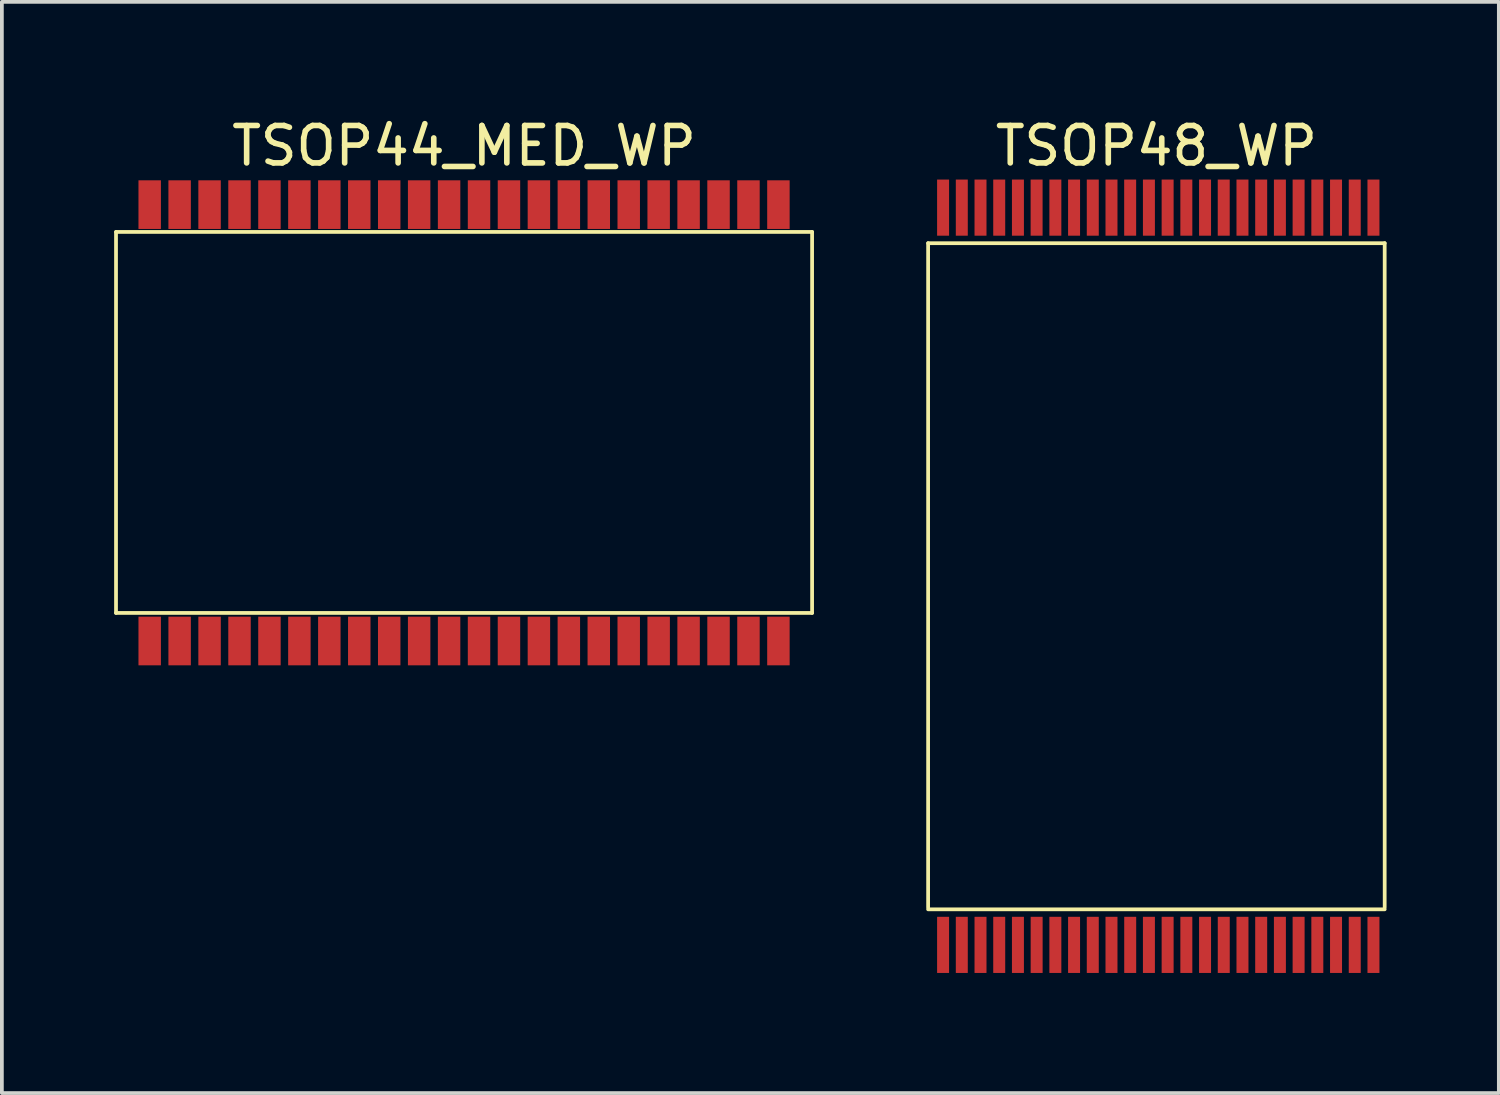
<source format=kicad_pcb>
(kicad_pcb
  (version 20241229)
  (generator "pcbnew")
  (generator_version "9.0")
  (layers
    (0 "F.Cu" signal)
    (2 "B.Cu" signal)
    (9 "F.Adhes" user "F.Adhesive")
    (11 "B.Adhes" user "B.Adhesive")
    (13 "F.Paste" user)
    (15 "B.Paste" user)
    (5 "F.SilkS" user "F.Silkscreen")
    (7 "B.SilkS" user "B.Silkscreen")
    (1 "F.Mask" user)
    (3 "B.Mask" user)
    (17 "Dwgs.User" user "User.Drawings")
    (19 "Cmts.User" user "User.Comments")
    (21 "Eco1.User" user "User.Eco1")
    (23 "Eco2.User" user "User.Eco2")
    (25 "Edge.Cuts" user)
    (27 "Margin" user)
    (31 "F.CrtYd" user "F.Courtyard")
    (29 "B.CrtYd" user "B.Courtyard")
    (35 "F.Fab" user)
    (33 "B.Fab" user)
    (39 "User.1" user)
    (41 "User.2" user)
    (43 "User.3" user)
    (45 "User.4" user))
  (footprint "TSOP48_WP"
    (layer "F.Cu")
    (at 23.15 12.348)
    (property "Reference" "TSOP48_WP" (at 4.7 -11.5 0) (layer "F.SilkS") (effects (font (size 1 1) (thickness 0.15))))
    (fp_line (start -1.4 -8.9) (end 10.8 -8.9) (stroke (width 0.1) (type solid)) (layer "F.SilkS"))
    (fp_line (start -1.4 8.85) (end -1.4 -8.9) (stroke (width 0.1) (type solid)) (layer "F.SilkS"))
    (fp_line (start -1.4 8.9) (end 10.8 8.9) (stroke (width 0.1) (type solid)) (layer "F.SilkS"))
    (fp_line (start 10.8 8.85) (end 10.8 -8.9) (stroke (width 0.1) (type solid)) (layer "F.SilkS"))
    (fp_rect (start -1.17 -9.99) (end -0.83 -10.8) (stroke (width 0) (type default)) (fill yes) (layer "F.Paste"))
    (fp_rect (start -1.17 10.81) (end -0.83 10) (stroke (width 0) (type default)) (fill yes) (layer "F.Paste"))
    (fp_rect (start -0.67 -9.99) (end -0.33 -10.8) (stroke (width 0) (type default)) (fill yes) (layer "F.Paste"))
    (fp_rect (start -0.67 10.81) (end -0.33 10) (stroke (width 0) (type default)) (fill yes) (layer "F.Paste"))
    (fp_rect (start -0.17 -9.99) (end 0.17 -10.8) (stroke (width 0) (type default)) (fill yes) (layer "F.Paste"))
    (fp_rect (start -0.17 10.81) (end 0.17 10) (stroke (width 0) (type default)) (fill yes) (layer "F.Paste"))
    (fp_rect (start 0.33 -9.99) (end 0.67 -10.8) (stroke (width 0) (type default)) (fill yes) (layer "F.Paste"))
    (fp_rect (start 0.33 10.81) (end 0.67 10) (stroke (width 0) (type default)) (fill yes) (layer "F.Paste"))
    (fp_rect (start 0.83 -9.99) (end 1.17 -10.8) (stroke (width 0) (type default)) (fill yes) (layer "F.Paste"))
    (fp_rect (start 0.83 10.81) (end 1.17 10) (stroke (width 0) (type default)) (fill yes) (layer "F.Paste"))
    (fp_rect (start 1.33 -9.99) (end 1.67 -10.8) (stroke (width 0) (type default)) (fill yes) (layer "F.Paste"))
    (fp_rect (start 1.33 10.81) (end 1.67 10) (stroke (width 0) (type default)) (fill yes) (layer "F.Paste"))
    (fp_rect (start 1.83 -9.99) (end 2.17 -10.8) (stroke (width 0) (type default)) (fill yes) (layer "F.Paste"))
    (fp_rect (start 1.83 10.81) (end 2.17 10) (stroke (width 0) (type default)) (fill yes) (layer "F.Paste"))
    (fp_rect (start 2.33 -9.99) (end 2.67 -10.8) (stroke (width 0) (type default)) (fill yes) (layer "F.Paste"))
    (fp_rect (start 2.33 10.81) (end 2.67 10) (stroke (width 0) (type default)) (fill yes) (layer "F.Paste"))
    (fp_rect (start 2.83 -9.99) (end 3.17 -10.8) (stroke (width 0) (type default)) (fill yes) (layer "F.Paste"))
    (fp_rect (start 2.83 10.81) (end 3.17 10) (stroke (width 0) (type default)) (fill yes) (layer "F.Paste"))
    (fp_rect (start 3.33 -9.99) (end 3.67 -10.8) (stroke (width 0) (type default)) (fill yes) (layer "F.Paste"))
    (fp_rect (start 3.33 10.81) (end 3.67 10) (stroke (width 0) (type default)) (fill yes) (layer "F.Paste"))
    (fp_rect (start 3.83 -9.99) (end 4.17 -10.8) (stroke (width 0) (type default)) (fill yes) (layer "F.Paste"))
    (fp_rect (start 3.83 10.81) (end 4.17 10) (stroke (width 0) (type default)) (fill yes) (layer "F.Paste"))
    (fp_rect (start 4.33 -9.99) (end 4.67 -10.8) (stroke (width 0) (type default)) (fill yes) (layer "F.Paste"))
    (fp_rect (start 4.33 10.81) (end 4.67 10) (stroke (width 0) (type default)) (fill yes) (layer "F.Paste"))
    (fp_rect (start 4.83 -9.99) (end 5.17 -10.8) (stroke (width 0) (type default)) (fill yes) (layer "F.Paste"))
    (fp_rect (start 4.83 10.81) (end 5.17 10) (stroke (width 0) (type default)) (fill yes) (layer "F.Paste"))
    (fp_rect (start 5.33 -9.99) (end 5.67 -10.8) (stroke (width 0) (type default)) (fill yes) (layer "F.Paste"))
    (fp_rect (start 5.33 10.81) (end 5.67 10) (stroke (width 0) (type default)) (fill yes) (layer "F.Paste"))
    (fp_rect (start 5.83 -9.99) (end 6.17 -10.8) (stroke (width 0) (type default)) (fill yes) (layer "F.Paste"))
    (fp_rect (start 5.83 10.81) (end 6.17 10) (stroke (width 0) (type default)) (fill yes) (layer "F.Paste"))
    (fp_rect (start 6.33 -9.99) (end 6.67 -10.8) (stroke (width 0) (type default)) (fill yes) (layer "F.Paste"))
    (fp_rect (start 6.33 10.81) (end 6.67 10) (stroke (width 0) (type default)) (fill yes) (layer "F.Paste"))
    (fp_rect (start 6.83 -9.99) (end 7.17 -10.8) (stroke (width 0) (type default)) (fill yes) (layer "F.Paste"))
    (fp_rect (start 6.83 10.81) (end 7.17 10) (stroke (width 0) (type default)) (fill yes) (layer "F.Paste"))
    (fp_rect (start 7.33 -9.99) (end 7.67 -10.8) (stroke (width 0) (type default)) (fill yes) (layer "F.Paste"))
    (fp_rect (start 7.33 10.81) (end 7.67 10) (stroke (width 0) (type default)) (fill yes) (layer "F.Paste"))
    (fp_rect (start 7.83 -9.99) (end 8.17 -10.8) (stroke (width 0) (type default)) (fill yes) (layer "F.Paste"))
    (fp_rect (start 7.83 10.81) (end 8.17 10) (stroke (width 0) (type default)) (fill yes) (layer "F.Paste"))
    (fp_rect (start 8.33 -9.99) (end 8.67 -10.8) (stroke (width 0) (type default)) (fill yes) (layer "F.Paste"))
    (fp_rect (start 8.33 10.81) (end 8.67 10) (stroke (width 0) (type default)) (fill yes) (layer "F.Paste"))
    (fp_rect (start 8.83 -9.99) (end 9.17 -10.8) (stroke (width 0) (type default)) (fill yes) (layer "F.Paste"))
    (fp_rect (start 8.83 10.81) (end 9.17 10) (stroke (width 0) (type default)) (fill yes) (layer "F.Paste"))
    (fp_rect (start 9.33 -9.99) (end 9.67 -10.8) (stroke (width 0) (type default)) (fill yes) (layer "F.Paste"))
    (fp_rect (start 9.33 10.81) (end 9.67 10) (stroke (width 0) (type default)) (fill yes) (layer "F.Paste"))
    (fp_rect (start 9.83 -9.99) (end 10.17 -10.8) (stroke (width 0) (type default)) (fill yes) (layer "F.Paste"))
    (fp_rect (start 9.83 10.81) (end 10.17 10) (stroke (width 0) (type default)) (fill yes) (layer "F.Paste"))
    (fp_rect (start 10.33 -9.99) (end 10.67 -10.8) (stroke (width 0) (type default)) (fill yes) (layer "F.Paste"))
    (fp_rect (start 10.33 10.81) (end 10.67 10) (stroke (width 0) (type default)) (fill yes) (layer "F.Paste"))
    (pad "1" smd rect (at -1 9.85) (size 0.32 1.5) (layers "F.Cu" "F.Mask" "F.Paste"))
    (pad "2" smd rect (at -0.5 9.85) (size 0.32 1.5) (layers "F.Cu" "F.Mask" "F.Paste"))
    (pad "3" smd rect (at 0 9.85) (size 0.32 1.5) (layers "F.Cu" "F.Mask" "F.Paste"))
    (pad "4" smd rect (at 0.5 9.85) (size 0.32 1.5) (layers "F.Cu" "F.Mask" "F.Paste"))
    (pad "5" smd rect (at 1 9.85) (size 0.32 1.5) (layers "F.Cu" "F.Mask" "F.Paste"))
    (pad "6" smd rect (at 1.5 9.85) (size 0.32 1.5) (layers "F.Cu" "F.Mask" "F.Paste"))
    (pad "7" smd rect (at 2 9.85) (size 0.32 1.5) (layers "F.Cu" "F.Mask" "F.Paste"))
    (pad "8" smd rect (at 2.5 9.85) (size 0.32 1.5) (layers "F.Cu" "F.Mask" "F.Paste"))
    (pad "9" smd rect (at 3 9.85) (size 0.32 1.5) (layers "F.Cu" "F.Mask" "F.Paste"))
    (pad "10" smd rect (at 3.5 9.85) (size 0.32 1.5) (layers "F.Cu" "F.Mask" "F.Paste"))
    (pad "11" smd rect (at 4 9.85) (size 0.32 1.5) (layers "F.Cu" "F.Mask" "F.Paste"))
    (pad "12" smd rect (at 4.5 9.85) (size 0.32 1.5) (layers "F.Cu" "F.Mask" "F.Paste"))
    (pad "13" smd rect (at 5 9.85) (size 0.32 1.5) (layers "F.Cu" "F.Mask" "F.Paste"))
    (pad "14" smd rect (at 5.5 9.85) (size 0.32 1.5) (layers "F.Cu" "F.Mask" "F.Paste"))
    (pad "15" smd rect (at 6 9.85) (size 0.32 1.5) (layers "F.Cu" "F.Mask" "F.Paste"))
    (pad "16" smd rect (at 6.5 9.85) (size 0.32 1.5) (layers "F.Cu" "F.Mask" "F.Paste"))
    (pad "17" smd rect (at 7 9.85) (size 0.32 1.5) (layers "F.Cu" "F.Mask" "F.Paste"))
    (pad "18" smd rect (at 7.5 9.85) (size 0.32 1.5) (layers "F.Cu" "F.Mask" "F.Paste"))
    (pad "19" smd rect (at 8 9.85) (size 0.32 1.5) (layers "F.Cu" "F.Mask" "F.Paste"))
    (pad "20" smd rect (at 8.5 9.85) (size 0.32 1.5) (layers "F.Cu" "F.Mask" "F.Paste"))
    (pad "21" smd rect (at 9 9.85) (size 0.32 1.5) (layers "F.Cu" "F.Mask" "F.Paste"))
    (pad "22" smd rect (at 9.5 9.85) (size 0.32 1.5) (layers "F.Cu" "F.Mask" "F.Paste"))
    (pad "23" smd rect (at 10 9.85) (size 0.32 1.5) (layers "F.Cu" "F.Mask" "F.Paste"))
    (pad "24" smd rect (at 10.5 9.85) (size 0.32 1.5) (layers "F.Cu" "F.Mask" "F.Paste"))
    (pad "25" smd rect (at 10.5 -9.85) (size 0.32 1.5) (layers "F.Cu" "F.Mask" "F.Paste"))
    (pad "26" smd rect (at 10 -9.85) (size 0.32 1.5) (layers "F.Cu" "F.Mask" "F.Paste"))
    (pad "27" smd rect (at 9.5 -9.85) (size 0.32 1.5) (layers "F.Cu" "F.Mask" "F.Paste"))
    (pad "28" smd rect (at 9 -9.85) (size 0.32 1.5) (layers "F.Cu" "F.Mask" "F.Paste"))
    (pad "29" smd rect (at 8.5 -9.85) (size 0.32 1.5) (layers "F.Cu" "F.Mask" "F.Paste"))
    (pad "30" smd rect (at 8 -9.85) (size 0.32 1.5) (layers "F.Cu" "F.Mask" "F.Paste"))
    (pad "31" smd rect (at 7.5 -9.85) (size 0.32 1.5) (layers "F.Cu" "F.Mask" "F.Paste"))
    (pad "32" smd rect (at 7 -9.85) (size 0.32 1.5) (layers "F.Cu" "F.Mask" "F.Paste"))
    (pad "33" smd rect (at 6.499 -9.85) (size 0.32 1.5) (layers "F.Cu" "F.Mask" "F.Paste"))
    (pad "34" smd rect (at 6 -9.85) (size 0.32 1.5) (layers "F.Cu" "F.Mask" "F.Paste"))
    (pad "35" smd rect (at 5.5 -9.85) (size 0.32 1.5) (layers "F.Cu" "F.Mask" "F.Paste"))
    (pad "36" smd rect (at 5 -9.85) (size 0.32 1.5) (layers "F.Cu" "F.Mask" "F.Paste"))
    (pad "37" smd rect (at 4.5 -9.85) (size 0.32 1.5) (layers "F.Cu" "F.Mask" "F.Paste"))
    (pad "38" smd rect (at 3.999 -9.85) (size 0.32 1.5) (layers "F.Cu" "F.Mask" "F.Paste"))
    (pad "39" smd rect (at 3.5 -9.85) (size 0.32 1.5) (layers "F.Cu" "F.Mask" "F.Paste"))
    (pad "40" smd rect (at 3 -9.85) (size 0.32 1.5) (layers "F.Cu" "F.Mask" "F.Paste"))
    (pad "41" smd rect (at 2.5 -9.85) (size 0.32 1.5) (layers "F.Cu" "F.Mask" "F.Paste"))
    (pad "42" smd rect (at 2 -9.85) (size 0.32 1.5) (layers "F.Cu" "F.Mask" "F.Paste"))
    (pad "43" smd rect (at 1.499 -9.85) (size 0.32 1.5) (layers "F.Cu" "F.Mask" "F.Paste"))
    (pad "44" smd rect (at 1 -9.85) (size 0.32 1.5) (layers "F.Cu" "F.Mask" "F.Paste"))
    (pad "45" smd rect (at 0.5 -9.85) (size 0.32 1.5) (layers "F.Cu" "F.Mask" "F.Paste"))
    (pad "46" smd rect (at 0 -9.85) (size 0.32 1.5) (layers "F.Cu" "F.Mask" "F.Paste"))
    (pad "47" smd rect (at -0.5 -9.85) (size 0.32 1.5) (layers "F.Cu" "F.Mask" "F.Paste"))
    (pad "48" smd rect (at -1 -9.85) (size 0.32 1.5) (layers "F.Cu" "F.Mask" "F.Paste")))
  (footprint "TSOP44_MED_WP"
    (layer "F.Cu")
    (at 0.95 8.248)
    (property "Reference" "TSOP44_MED_WP" (at 8.4 -7.4 0) (layer "F.SilkS") (effects (font (size 1 1) (thickness 0.15))))
    (fp_line (start -0.9 -5.1) (end 17.7 -5.1) (stroke (width 0.1) (type solid)) (layer "F.SilkS"))
    (fp_line (start -0.9 5.08) (end -0.9 -5.1) (stroke (width 0.1) (type solid)) (layer "F.SilkS"))
    (fp_line (start -0.9 5.08) (end 17.7 5.08) (stroke (width 0.1) (type solid)) (layer "F.SilkS"))
    (fp_line (start 17.7 5.08) (end 17.7 -5.1) (stroke (width 0.1) (type solid)) (layer "F.SilkS"))
    (fp_rect (start -0.3 -5.92) (end 0.3 -6.7) (stroke (width 0) (type default)) (fill yes) (layer "F.Paste"))
    (fp_rect (start -0.3 6.68) (end 0.3 5.9) (stroke (width 0) (type default)) (fill yes) (layer "F.Paste"))
    (fp_rect (start 0.5 -5.92) (end 1.1 -6.7) (stroke (width 0) (type default)) (fill yes) (layer "F.Paste"))
    (fp_rect (start 0.5 6.68) (end 1.1 5.9) (stroke (width 0) (type default)) (fill yes) (layer "F.Paste"))
    (fp_rect (start 1.3 -5.92) (end 1.9 -6.7) (stroke (width 0) (type default)) (fill yes) (layer "F.Paste"))
    (fp_rect (start 1.3 6.68) (end 1.9 5.9) (stroke (width 0) (type default)) (fill yes) (layer "F.Paste"))
    (fp_rect (start 2.1 -5.92) (end 2.7 -6.7) (stroke (width 0) (type default)) (fill yes) (layer "F.Paste"))
    (fp_rect (start 2.1 6.68) (end 2.7 5.9) (stroke (width 0) (type default)) (fill yes) (layer "F.Paste"))
    (fp_rect (start 2.9 -5.92) (end 3.5 -6.7) (stroke (width 0) (type default)) (fill yes) (layer "F.Paste"))
    (fp_rect (start 2.9 6.68) (end 3.5 5.9) (stroke (width 0) (type default)) (fill yes) (layer "F.Paste"))
    (fp_rect (start 3.7 -5.92) (end 4.3 -6.7) (stroke (width 0) (type default)) (fill yes) (layer "F.Paste"))
    (fp_rect (start 3.7 6.68) (end 4.3 5.9) (stroke (width 0) (type default)) (fill yes) (layer "F.Paste"))
    (fp_rect (start 4.5 -5.92) (end 5.1 -6.7) (stroke (width 0) (type default)) (fill yes) (layer "F.Paste"))
    (fp_rect (start 4.5 6.68) (end 5.1 5.9) (stroke (width 0) (type default)) (fill yes) (layer "F.Paste"))
    (fp_rect (start 5.3 -5.92) (end 5.9 -6.7) (stroke (width 0) (type default)) (fill yes) (layer "F.Paste"))
    (fp_rect (start 5.3 6.68) (end 5.9 5.9) (stroke (width 0) (type default)) (fill yes) (layer "F.Paste"))
    (fp_rect (start 6.1 -5.92) (end 6.7 -6.7) (stroke (width 0) (type default)) (fill yes) (layer "F.Paste"))
    (fp_rect (start 6.1 6.68) (end 6.7 5.9) (stroke (width 0) (type default)) (fill yes) (layer "F.Paste"))
    (fp_rect (start 6.9 -5.92) (end 7.5 -6.7) (stroke (width 0) (type default)) (fill yes) (layer "F.Paste"))
    (fp_rect (start 6.9 6.68) (end 7.5 5.9) (stroke (width 0) (type default)) (fill yes) (layer "F.Paste"))
    (fp_rect (start 7.7 -5.92) (end 8.3 -6.7) (stroke (width 0) (type default)) (fill yes) (layer "F.Paste"))
    (fp_rect (start 7.7 6.68) (end 8.3 5.9) (stroke (width 0) (type default)) (fill yes) (layer "F.Paste"))
    (fp_rect (start 8.5 -5.92) (end 9.1 -6.7) (stroke (width 0) (type default)) (fill yes) (layer "F.Paste"))
    (fp_rect (start 8.5 6.68) (end 9.1 5.9) (stroke (width 0) (type default)) (fill yes) (layer "F.Paste"))
    (fp_rect (start 9.3 -5.92) (end 9.9 -6.7) (stroke (width 0) (type default)) (fill yes) (layer "F.Paste"))
    (fp_rect (start 9.3 6.68) (end 9.9 5.9) (stroke (width 0) (type default)) (fill yes) (layer "F.Paste"))
    (fp_rect (start 10.1 -5.92) (end 10.7 -6.7) (stroke (width 0) (type default)) (fill yes) (layer "F.Paste"))
    (fp_rect (start 10.1 6.68) (end 10.7 5.9) (stroke (width 0) (type default)) (fill yes) (layer "F.Paste"))
    (fp_rect (start 10.9 -5.92) (end 11.5 -6.7) (stroke (width 0) (type default)) (fill yes) (layer "F.Paste"))
    (fp_rect (start 10.9 6.68) (end 11.5 5.9) (stroke (width 0) (type default)) (fill yes) (layer "F.Paste"))
    (fp_rect (start 11.7 -5.92) (end 12.3 -6.7) (stroke (width 0) (type default)) (fill yes) (layer "F.Paste"))
    (fp_rect (start 11.7 6.68) (end 12.3 5.9) (stroke (width 0) (type default)) (fill yes) (layer "F.Paste"))
    (fp_rect (start 12.5 -5.92) (end 13.1 -6.7) (stroke (width 0) (type default)) (fill yes) (layer "F.Paste"))
    (fp_rect (start 12.5 6.68) (end 13.1 5.9) (stroke (width 0) (type default)) (fill yes) (layer "F.Paste"))
    (fp_rect (start 13.3 -5.92) (end 13.9 -6.7) (stroke (width 0) (type default)) (fill yes) (layer "F.Paste"))
    (fp_rect (start 13.3 6.68) (end 13.9 5.9) (stroke (width 0) (type default)) (fill yes) (layer "F.Paste"))
    (fp_rect (start 14.1 -5.92) (end 14.7 -6.7) (stroke (width 0) (type default)) (fill yes) (layer "F.Paste"))
    (fp_rect (start 14.1 6.68) (end 14.7 5.9) (stroke (width 0) (type default)) (fill yes) (layer "F.Paste"))
    (fp_rect (start 14.9 -5.92) (end 15.5 -6.7) (stroke (width 0) (type default)) (fill yes) (layer "F.Paste"))
    (fp_rect (start 14.9 6.68) (end 15.5 5.9) (stroke (width 0) (type default)) (fill yes) (layer "F.Paste"))
    (fp_rect (start 15.7 -5.92) (end 16.3 -6.7) (stroke (width 0) (type default)) (fill yes) (layer "F.Paste"))
    (fp_rect (start 15.7 6.68) (end 16.3 5.9) (stroke (width 0) (type default)) (fill yes) (layer "F.Paste"))
    (fp_rect (start 16.5 -5.92) (end 17.1 -6.7) (stroke (width 0) (type default)) (fill yes) (layer "F.Paste"))
    (fp_rect (start 16.5 6.68) (end 17.1 5.9) (stroke (width 0) (type default)) (fill yes) (layer "F.Paste"))
    (pad "1" smd rect (at 0 5.83) (size 0.6 1.3) (layers "F.Cu" "F.Mask" "F.Paste"))
    (pad "2" smd rect (at 0.8 5.83) (size 0.6 1.3) (layers "F.Cu" "F.Mask" "F.Paste"))
    (pad "3" smd rect (at 1.6 5.83) (size 0.6 1.3) (layers "F.Cu" "F.Mask" "F.Paste"))
    (pad "4" smd rect (at 2.4 5.83) (size 0.6 1.3) (layers "F.Cu" "F.Mask" "F.Paste"))
    (pad "5" smd rect (at 3.2 5.83) (size 0.6 1.3) (layers "F.Cu" "F.Mask" "F.Paste"))
    (pad "6" smd rect (at 4 5.83) (size 0.6 1.3) (layers "F.Cu" "F.Mask" "F.Paste"))
    (pad "7" smd rect (at 4.8 5.83) (size 0.6 1.3) (layers "F.Cu" "F.Mask" "F.Paste"))
    (pad "8" smd rect (at 5.6 5.83) (size 0.6 1.3) (layers "F.Cu" "F.Mask" "F.Paste"))
    (pad "9" smd rect (at 6.4 5.83) (size 0.6 1.3) (layers "F.Cu" "F.Mask" "F.Paste"))
    (pad "10" smd rect (at 7.2 5.83) (size 0.6 1.3) (layers "F.Cu" "F.Mask" "F.Paste"))
    (pad "11" smd rect (at 8 5.83) (size 0.6 1.3) (layers "F.Cu" "F.Mask" "F.Paste"))
    (pad "12" smd rect (at 8.8 5.83) (size 0.6 1.3) (layers "F.Cu" "F.Mask" "F.Paste"))
    (pad "13" smd rect (at 9.6 5.83) (size 0.6 1.3) (layers "F.Cu" "F.Mask" "F.Paste"))
    (pad "14" smd rect (at 10.4 5.83) (size 0.6 1.3) (layers "F.Cu" "F.Mask" "F.Paste"))
    (pad "15" smd rect (at 11.2 5.83) (size 0.6 1.3) (layers "F.Cu" "F.Mask" "F.Paste"))
    (pad "16" smd rect (at 12 5.83) (size 0.6 1.3) (layers "F.Cu" "F.Mask" "F.Paste"))
    (pad "17" smd rect (at 12.8 5.83) (size 0.6 1.3) (layers "F.Cu" "F.Mask" "F.Paste"))
    (pad "18" smd rect (at 13.6 5.83) (size 0.6 1.3) (layers "F.Cu" "F.Mask" "F.Paste"))
    (pad "19" smd rect (at 14.4 5.83) (size 0.6 1.3) (layers "F.Cu" "F.Mask" "F.Paste"))
    (pad "20" smd rect (at 15.2 5.83) (size 0.6 1.3) (layers "F.Cu" "F.Mask" "F.Paste"))
    (pad "21" smd rect (at 16 5.83) (size 0.6 1.3) (layers "F.Cu" "F.Mask" "F.Paste"))
    (pad "22" smd rect (at 16.8 5.83) (size 0.6 1.3) (layers "F.Cu" "F.Mask" "F.Paste"))
    (pad "23" smd rect (at 16.8 -5.83) (size 0.6 1.3) (layers "F.Cu" "F.Mask" "F.Paste"))
    (pad "24" smd rect (at 16 -5.83) (size 0.6 1.3) (layers "F.Cu" "F.Mask" "F.Paste"))
    (pad "25" smd rect (at 15.2 -5.83) (size 0.6 1.3) (layers "F.Cu" "F.Mask" "F.Paste"))
    (pad "26" smd rect (at 14.4 -5.83) (size 0.6 1.3) (layers "F.Cu" "F.Mask" "F.Paste"))
    (pad "27" smd rect (at 13.6 -5.83) (size 0.6 1.3) (layers "F.Cu" "F.Mask" "F.Paste"))
    (pad "28" smd rect (at 12.8 -5.83) (size 0.6 1.3) (layers "F.Cu" "F.Mask" "F.Paste"))
    (pad "29" smd rect (at 12 -5.83) (size 0.6 1.3) (layers "F.Cu" "F.Mask" "F.Paste"))
    (pad "30" smd rect (at 11.2 -5.83) (size 0.6 1.3) (layers "F.Cu" "F.Mask" "F.Paste"))
    (pad "31" smd rect (at 10.4 -5.83) (size 0.6 1.3) (layers "F.Cu" "F.Mask" "F.Paste"))
    (pad "32" smd rect (at 9.6 -5.83) (size 0.6 1.3) (layers "F.Cu" "F.Mask" "F.Paste"))
    (pad "33" smd rect (at 8.8 -5.83) (size 0.6 1.3) (layers "F.Cu" "F.Mask" "F.Paste"))
    (pad "34" smd rect (at 8 -5.83) (size 0.6 1.3) (layers "F.Cu" "F.Mask" "F.Paste"))
    (pad "35" smd rect (at 7.2 -5.83) (size 0.6 1.3) (layers "F.Cu" "F.Mask" "F.Paste"))
    (pad "36" smd rect (at 6.4 -5.83) (size 0.6 1.3) (layers "F.Cu" "F.Mask" "F.Paste"))
    (pad "37" smd rect (at 5.6 -5.83) (size 0.6 1.3) (layers "F.Cu" "F.Mask" "F.Paste"))
    (pad "38" smd rect (at 4.8 -5.83) (size 0.6 1.3) (layers "F.Cu" "F.Mask" "F.Paste"))
    (pad "39" smd rect (at 4 -5.83) (size 0.6 1.3) (layers "F.Cu" "F.Mask" "F.Paste"))
    (pad "40" smd rect (at 3.2 -5.83) (size 0.6 1.3) (layers "F.Cu" "F.Mask" "F.Paste"))
    (pad "41" smd rect (at 2.4 -5.83) (size 0.6 1.3) (layers "F.Cu" "F.Mask" "F.Paste"))
    (pad "42" smd rect (at 1.6 -5.83) (size 0.6 1.3) (layers "F.Cu" "F.Mask" "F.Paste"))
    (pad "43" smd rect (at 0.8 -5.83) (size 0.6 1.3) (layers "F.Cu" "F.Mask" "F.Paste"))
    (pad "44" smd rect (at 0 -5.83) (size 0.6 1.3) (layers "F.Cu" "F.Mask" "F.Paste")))
  (gr_rect
    (start -3 -3)
    (end 37 26.158)
    (stroke (width 0.1) (type default))
    (fill no)
    (layer "Edge.Cuts")))
</source>
